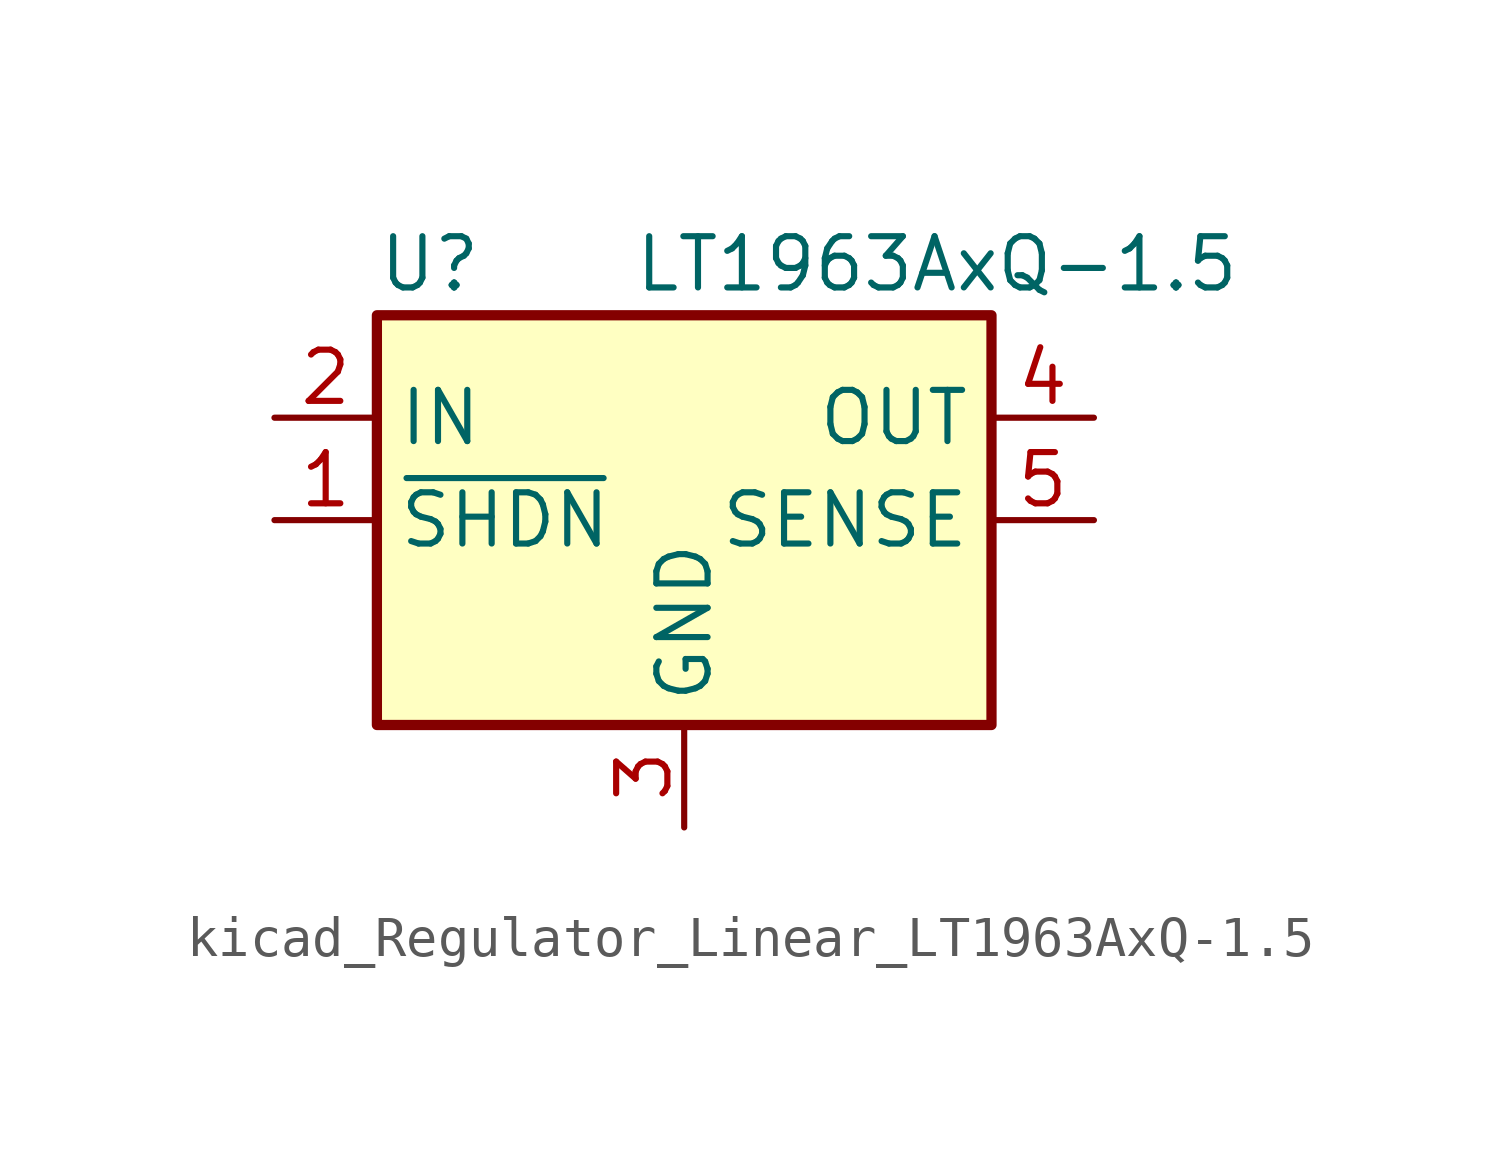
<source format=kicad_sym>
(kicad_symbol_lib
  (version 20220914)
  (generator kicad_symbol_editor)
  (symbol "kicad_Regulator_Linear_LT1963AxQ-1.5"
    (property "Reference" "U"
      (at -7.62 6.35 0)
      (effects (font (size 1.27 1.27)) (justify left)))
    (property "Value" "LT1963AxQ-1.5"
      (at -1.27 6.35 0)
      (effects (font (size 1.27 1.27)) (justify left)))
    (symbol "kicad_Regulator_Linear_LT1963AxQ-1.5_0_1"
      (rectangle (start -7.62 5.08) (end 7.62 -5.08) (stroke (width 0.254) (type default)) (fill (type background))))
    (symbol "kicad_Regulator_Linear_LT1963AxQ-1.5_1_1"
      (pin input line (at -10.16 0 0) (length 2.54) (name "~{SHDN}" (effects (font (size 1.27 1.27)))) (number "1" (effects (font (size 1.27 1.27)))))
      (pin power_in line (at -10.16 2.54 0) (length 2.54) (name "IN" (effects (font (size 1.27 1.27)))) (number "2" (effects (font (size 1.27 1.27)))))
      (pin power_in line (at 0 -7.62 90) (length 2.54) (name "GND" (effects (font (size 1.27 1.27)))) (number "3" (effects (font (size 1.27 1.27)))))
      (pin power_out line (at 10.16 2.54 180) (length 2.54) (name "OUT" (effects (font (size 1.27 1.27)))) (number "4" (effects (font (size 1.27 1.27)))))
      (pin input line (at 10.16 0 180) (length 2.54) (name "SENSE" (effects (font (size 1.27 1.27)))) (number "5" (effects (font (size 1.27 1.27))))))))
</source>
